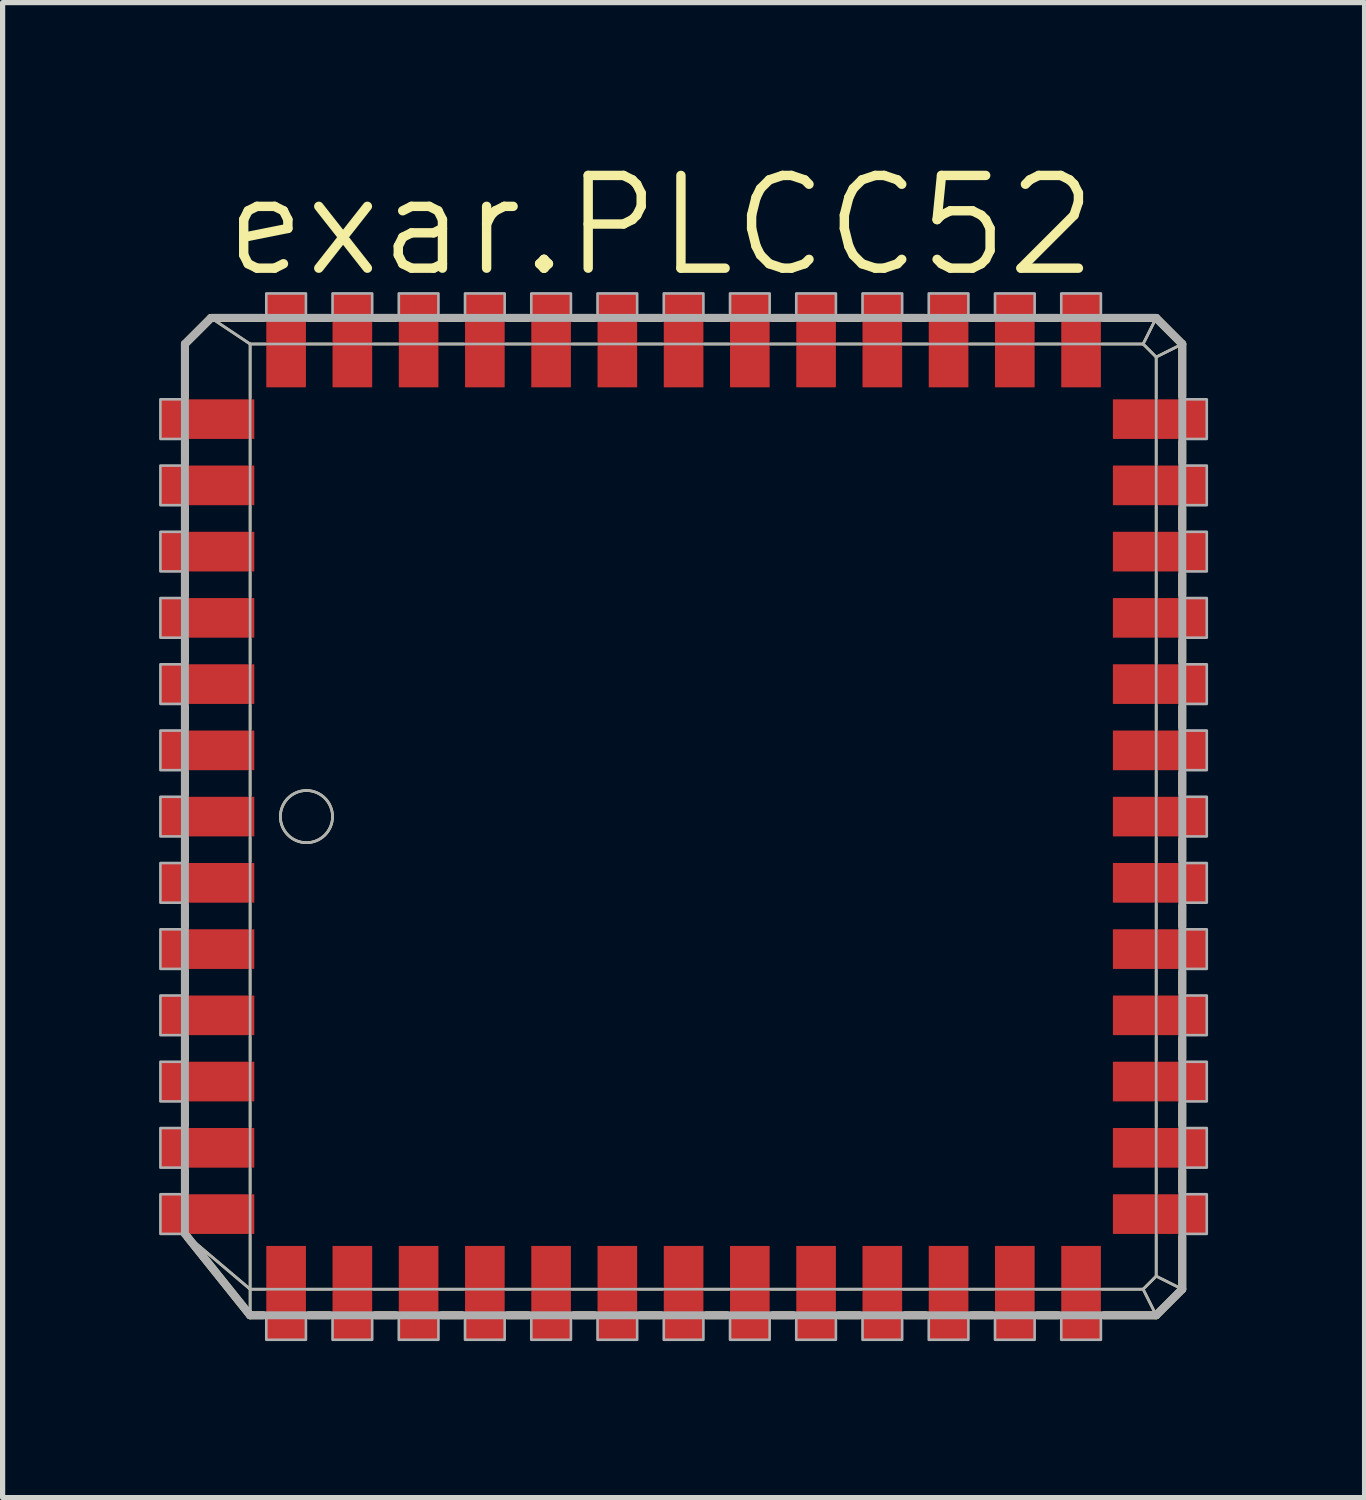
<source format=kicad_pcb>
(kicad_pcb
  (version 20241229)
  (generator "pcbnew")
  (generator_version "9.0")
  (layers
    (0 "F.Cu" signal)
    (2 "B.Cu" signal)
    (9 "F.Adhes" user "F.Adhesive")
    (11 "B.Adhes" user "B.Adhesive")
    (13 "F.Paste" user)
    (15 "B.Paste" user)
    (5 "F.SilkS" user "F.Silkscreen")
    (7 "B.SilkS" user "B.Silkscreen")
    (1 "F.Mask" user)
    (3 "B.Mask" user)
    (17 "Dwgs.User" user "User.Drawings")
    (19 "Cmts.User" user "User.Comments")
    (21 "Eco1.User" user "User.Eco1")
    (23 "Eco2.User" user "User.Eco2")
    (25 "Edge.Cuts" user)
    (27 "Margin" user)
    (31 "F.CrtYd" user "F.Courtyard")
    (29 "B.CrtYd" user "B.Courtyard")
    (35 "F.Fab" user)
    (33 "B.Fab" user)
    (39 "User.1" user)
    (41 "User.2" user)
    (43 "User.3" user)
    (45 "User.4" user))
  (footprint "exar.PLCC52"
    (layer "F.Cu")
    (at 10.055 12.605)
    (property "Reference" "exar.PLCC52" (at -8.89 -10.287 0) (layer "F.SilkS") (effects (font (size 1.778 1.778) (thickness 0.18)) (justify left bottom)))
    (attr smd)
    (fp_line (start -9.56 -9.06) (end -9.06 -9.56) (stroke (width 0.152) (type default)) (layer "F.SilkS"))
    (fp_line (start -9.56 -8.06) (end -9.56 -9.06) (stroke (width 0.152) (type default)) (layer "F.SilkS"))
    (fp_line (start -9.56 -6.79) (end -9.56 -7.18) (stroke (width 0.152) (type default)) (layer "F.SilkS"))
    (fp_line (start -9.56 -5.52) (end -9.56 -5.91) (stroke (width 0.152) (type default)) (layer "F.SilkS"))
    (fp_line (start -9.56 -4.25) (end -9.56 -4.64) (stroke (width 0.152) (type default)) (layer "F.SilkS"))
    (fp_line (start -9.56 -2.98) (end -9.56 -3.37) (stroke (width 0.152) (type default)) (layer "F.SilkS"))
    (fp_line (start -9.56 -1.71) (end -9.56 -2.1) (stroke (width 0.152) (type default)) (layer "F.SilkS"))
    (fp_line (start -9.56 -0.44) (end -9.56 -0.83) (stroke (width 0.152) (type default)) (layer "F.SilkS"))
    (fp_line (start -9.56 0.83) (end -9.56 0.44) (stroke (width 0.152) (type default)) (layer "F.SilkS"))
    (fp_line (start -9.56 2.1) (end -9.56 1.71) (stroke (width 0.152) (type default)) (layer "F.SilkS"))
    (fp_line (start -9.56 3.37) (end -9.56 2.98) (stroke (width 0.152) (type default)) (layer "F.SilkS"))
    (fp_line (start -9.56 4.64) (end -9.56 4.25) (stroke (width 0.152) (type default)) (layer "F.SilkS"))
    (fp_line (start -9.56 5.91) (end -9.56 5.52) (stroke (width 0.152) (type default)) (layer "F.SilkS"))
    (fp_line (start -9.56 7.18) (end -9.56 6.79) (stroke (width 0.152) (type default)) (layer "F.SilkS"))
    (fp_line (start -9.06 -9.56) (end -8.31 -9.06) (stroke (width 0.051) (type default)) (layer "F.SilkS"))
    (fp_line (start -9.06 -9.56) (end -8.06 -9.56) (stroke (width 0.152) (type default)) (layer "F.SilkS"))
    (fp_line (start -8.31 -9.06) (end -8.02 -9.06) (stroke (width 0.051) (type default)) (layer "F.SilkS"))
    (fp_line (start -8.31 -8.02) (end -8.31 -9.06) (stroke (width 0.051) (type default)) (layer "F.SilkS"))
    (fp_line (start -8.31 -6.75) (end -8.31 -7.22) (stroke (width 0.051) (type default)) (layer "F.SilkS"))
    (fp_line (start -8.31 -5.48) (end -8.31 -5.95) (stroke (width 0.051) (type default)) (layer "F.SilkS"))
    (fp_line (start -8.31 -4.21) (end -8.31 -4.68) (stroke (width 0.051) (type default)) (layer "F.SilkS"))
    (fp_line (start -8.31 -2.94) (end -8.31 -3.41) (stroke (width 0.051) (type default)) (layer "F.SilkS"))
    (fp_line (start -8.31 -1.67) (end -8.31 -2.14) (stroke (width 0.051) (type default)) (layer "F.SilkS"))
    (fp_line (start -8.31 -0.4) (end -8.31 -0.87) (stroke (width 0.051) (type default)) (layer "F.SilkS"))
    (fp_line (start -8.31 0.87) (end -8.31 0.4) (stroke (width 0.051) (type default)) (layer "F.SilkS"))
    (fp_line (start -8.31 2.14) (end -8.31 1.67) (stroke (width 0.051) (type default)) (layer "F.SilkS"))
    (fp_line (start -8.31 3.41) (end -8.31 2.94) (stroke (width 0.051) (type default)) (layer "F.SilkS"))
    (fp_line (start -8.31 4.68) (end -8.31 4.21) (stroke (width 0.051) (type default)) (layer "F.SilkS"))
    (fp_line (start -8.31 5.95) (end -8.31 5.48) (stroke (width 0.051) (type default)) (layer "F.SilkS"))
    (fp_line (start -8.31 7.22) (end -8.31 6.75) (stroke (width 0.051) (type default)) (layer "F.SilkS"))
    (fp_line (start -8.31 9.06) (end -9.54 8.02) (stroke (width 0.051) (type default)) (layer "F.SilkS"))
    (fp_line (start -8.31 9.06) (end -8.31 8.02) (stroke (width 0.051) (type default)) (layer "F.SilkS"))
    (fp_line (start -8.31 9.56) (end -9.51 8.06) (stroke (width 0.152) (type default)) (layer "F.SilkS"))
    (fp_line (start -8.31 9.56) (end -8.31 9.06) (stroke (width 0.051) (type default)) (layer "F.SilkS"))
    (fp_line (start -8.06 9.56) (end -8.31 9.56) (stroke (width 0.152) (type default)) (layer "F.SilkS"))
    (fp_line (start -8.02 9.06) (end -8.31 9.06) (stroke (width 0.051) (type default)) (layer "F.SilkS"))
    (fp_line (start -7.22 -9.06) (end -6.75 -9.06) (stroke (width 0.051) (type default)) (layer "F.SilkS"))
    (fp_line (start -7.18 -9.56) (end -6.79 -9.56) (stroke (width 0.152) (type default)) (layer "F.SilkS"))
    (fp_line (start -6.79 9.56) (end -7.18 9.56) (stroke (width 0.152) (type default)) (layer "F.SilkS"))
    (fp_line (start -6.75 9.06) (end -7.22 9.06) (stroke (width 0.051) (type default)) (layer "F.SilkS"))
    (fp_line (start -5.95 -9.06) (end -5.48 -9.06) (stroke (width 0.051) (type default)) (layer "F.SilkS"))
    (fp_line (start -5.91 -9.56) (end -5.52 -9.56) (stroke (width 0.152) (type default)) (layer "F.SilkS"))
    (fp_line (start -5.52 9.56) (end -5.91 9.56) (stroke (width 0.152) (type default)) (layer "F.SilkS"))
    (fp_line (start -5.48 9.06) (end -5.95 9.06) (stroke (width 0.051) (type default)) (layer "F.SilkS"))
    (fp_line (start -4.68 -9.06) (end -4.21 -9.06) (stroke (width 0.051) (type default)) (layer "F.SilkS"))
    (fp_line (start -4.64 -9.56) (end -4.25 -9.56) (stroke (width 0.152) (type default)) (layer "F.SilkS"))
    (fp_line (start -4.25 9.56) (end -4.64 9.56) (stroke (width 0.152) (type default)) (layer "F.SilkS"))
    (fp_line (start -4.21 9.06) (end -4.68 9.06) (stroke (width 0.051) (type default)) (layer "F.SilkS"))
    (fp_line (start -3.41 -9.06) (end -2.94 -9.06) (stroke (width 0.051) (type default)) (layer "F.SilkS"))
    (fp_line (start -3.37 -9.56) (end -2.98 -9.56) (stroke (width 0.152) (type default)) (layer "F.SilkS"))
    (fp_line (start -2.98 9.56) (end -3.37 9.56) (stroke (width 0.152) (type default)) (layer "F.SilkS"))
    (fp_line (start -2.94 9.06) (end -3.41 9.06) (stroke (width 0.051) (type default)) (layer "F.SilkS"))
    (fp_line (start -2.14 -9.06) (end -1.67 -9.06) (stroke (width 0.051) (type default)) (layer "F.SilkS"))
    (fp_line (start -2.1 -9.56) (end -1.71 -9.56) (stroke (width 0.152) (type default)) (layer "F.SilkS"))
    (fp_line (start -1.71 9.56) (end -2.1 9.56) (stroke (width 0.152) (type default)) (layer "F.SilkS"))
    (fp_line (start -1.67 9.06) (end -2.14 9.06) (stroke (width 0.051) (type default)) (layer "F.SilkS"))
    (fp_line (start -0.87 -9.06) (end -0.4 -9.06) (stroke (width 0.051) (type default)) (layer "F.SilkS"))
    (fp_line (start -0.83 -9.56) (end -0.44 -9.56) (stroke (width 0.152) (type default)) (layer "F.SilkS"))
    (fp_line (start -0.44 9.56) (end -0.83 9.56) (stroke (width 0.152) (type default)) (layer "F.SilkS"))
    (fp_line (start -0.4 9.06) (end -0.87 9.06) (stroke (width 0.051) (type default)) (layer "F.SilkS"))
    (fp_line (start 0.4 -9.06) (end 0.87 -9.06) (stroke (width 0.051) (type default)) (layer "F.SilkS"))
    (fp_line (start 0.44 -9.56) (end 0.83 -9.56) (stroke (width 0.152) (type default)) (layer "F.SilkS"))
    (fp_line (start 0.83 9.56) (end 0.44 9.56) (stroke (width 0.152) (type default)) (layer "F.SilkS"))
    (fp_line (start 0.87 9.06) (end 0.4 9.06) (stroke (width 0.051) (type default)) (layer "F.SilkS"))
    (fp_line (start 1.67 -9.06) (end 2.14 -9.06) (stroke (width 0.051) (type default)) (layer "F.SilkS"))
    (fp_line (start 1.71 -9.56) (end 2.1 -9.56) (stroke (width 0.152) (type default)) (layer "F.SilkS"))
    (fp_line (start 2.1 9.56) (end 1.71 9.56) (stroke (width 0.152) (type default)) (layer "F.SilkS"))
    (fp_line (start 2.14 9.06) (end 1.67 9.06) (stroke (width 0.051) (type default)) (layer "F.SilkS"))
    (fp_line (start 2.94 -9.06) (end 3.41 -9.06) (stroke (width 0.051) (type default)) (layer "F.SilkS"))
    (fp_line (start 2.98 -9.56) (end 3.37 -9.56) (stroke (width 0.152) (type default)) (layer "F.SilkS"))
    (fp_line (start 3.37 9.56) (end 2.98 9.56) (stroke (width 0.152) (type default)) (layer "F.SilkS"))
    (fp_line (start 3.41 9.06) (end 2.94 9.06) (stroke (width 0.051) (type default)) (layer "F.SilkS"))
    (fp_line (start 4.21 -9.06) (end 4.68 -9.06) (stroke (width 0.051) (type default)) (layer "F.SilkS"))
    (fp_line (start 4.25 -9.56) (end 4.64 -9.56) (stroke (width 0.152) (type default)) (layer "F.SilkS"))
    (fp_line (start 4.64 9.56) (end 4.25 9.56) (stroke (width 0.152) (type default)) (layer "F.SilkS"))
    (fp_line (start 4.68 9.06) (end 4.21 9.06) (stroke (width 0.051) (type default)) (layer "F.SilkS"))
    (fp_line (start 5.48 -9.06) (end 5.95 -9.06) (stroke (width 0.051) (type default)) (layer "F.SilkS"))
    (fp_line (start 5.52 -9.56) (end 5.91 -9.56) (stroke (width 0.152) (type default)) (layer "F.SilkS"))
    (fp_line (start 5.91 9.56) (end 5.52 9.56) (stroke (width 0.152) (type default)) (layer "F.SilkS"))
    (fp_line (start 5.95 9.06) (end 5.48 9.06) (stroke (width 0.051) (type default)) (layer "F.SilkS"))
    (fp_line (start 6.75 -9.06) (end 7.22 -9.06) (stroke (width 0.051) (type default)) (layer "F.SilkS"))
    (fp_line (start 6.79 -9.56) (end 7.18 -9.56) (stroke (width 0.152) (type default)) (layer "F.SilkS"))
    (fp_line (start 7.18 9.56) (end 6.79 9.56) (stroke (width 0.152) (type default)) (layer "F.SilkS"))
    (fp_line (start 7.22 9.06) (end 6.75 9.06) (stroke (width 0.051) (type default)) (layer "F.SilkS"))
    (fp_line (start 8.02 -9.06) (end 8.81 -9.06) (stroke (width 0.051) (type default)) (layer "F.SilkS"))
    (fp_line (start 8.06 -9.56) (end 9.06 -9.56) (stroke (width 0.152) (type default)) (layer "F.SilkS"))
    (fp_line (start 8.81 -9.06) (end 9.06 -9.56) (stroke (width 0.051) (type default)) (layer "F.SilkS"))
    (fp_line (start 8.81 -9.06) (end 9.06 -8.81) (stroke (width 0.051) (type default)) (layer "F.SilkS"))
    (fp_line (start 8.81 9.06) (end 8.02 9.06) (stroke (width 0.051) (type default)) (layer "F.SilkS"))
    (fp_line (start 9.06 -9.56) (end 9.56 -9.06) (stroke (width 0.152) (type default)) (layer "F.SilkS"))
    (fp_line (start 9.06 -8.81) (end 9.06 -8.02) (stroke (width 0.051) (type default)) (layer "F.SilkS"))
    (fp_line (start 9.06 -8.81) (end 9.56 -9.06) (stroke (width 0.051) (type default)) (layer "F.SilkS"))
    (fp_line (start 9.06 -7.22) (end 9.06 -6.75) (stroke (width 0.051) (type default)) (layer "F.SilkS"))
    (fp_line (start 9.06 -5.95) (end 9.06 -5.48) (stroke (width 0.051) (type default)) (layer "F.SilkS"))
    (fp_line (start 9.06 -4.68) (end 9.06 -4.21) (stroke (width 0.051) (type default)) (layer "F.SilkS"))
    (fp_line (start 9.06 -3.41) (end 9.06 -2.94) (stroke (width 0.051) (type default)) (layer "F.SilkS"))
    (fp_line (start 9.06 -2.14) (end 9.06 -1.67) (stroke (width 0.051) (type default)) (layer "F.SilkS"))
    (fp_line (start 9.06 -0.87) (end 9.06 -0.4) (stroke (width 0.051) (type default)) (layer "F.SilkS"))
    (fp_line (start 9.06 0.4) (end 9.06 0.87) (stroke (width 0.051) (type default)) (layer "F.SilkS"))
    (fp_line (start 9.06 1.67) (end 9.06 2.14) (stroke (width 0.051) (type default)) (layer "F.SilkS"))
    (fp_line (start 9.06 2.94) (end 9.06 3.41) (stroke (width 0.051) (type default)) (layer "F.SilkS"))
    (fp_line (start 9.06 4.21) (end 9.06 4.68) (stroke (width 0.051) (type default)) (layer "F.SilkS"))
    (fp_line (start 9.06 5.48) (end 9.06 5.95) (stroke (width 0.051) (type default)) (layer "F.SilkS"))
    (fp_line (start 9.06 6.75) (end 9.06 7.22) (stroke (width 0.051) (type default)) (layer "F.SilkS"))
    (fp_line (start 9.06 8.02) (end 9.06 8.81) (stroke (width 0.051) (type default)) (layer "F.SilkS"))
    (fp_line (start 9.06 8.81) (end 8.81 9.06) (stroke (width 0.051) (type default)) (layer "F.SilkS"))
    (fp_line (start 9.06 9.56) (end 8.06 9.56) (stroke (width 0.152) (type default)) (layer "F.SilkS"))
    (fp_line (start 9.06 9.56) (end 8.81 9.06) (stroke (width 0.051) (type default)) (layer "F.SilkS"))
    (fp_line (start 9.56 -9.06) (end 9.56 -8.06) (stroke (width 0.152) (type default)) (layer "F.SilkS"))
    (fp_line (start 9.56 -7.18) (end 9.56 -6.79) (stroke (width 0.152) (type default)) (layer "F.SilkS"))
    (fp_line (start 9.56 -5.91) (end 9.56 -5.52) (stroke (width 0.152) (type default)) (layer "F.SilkS"))
    (fp_line (start 9.56 -4.64) (end 9.56 -4.25) (stroke (width 0.152) (type default)) (layer "F.SilkS"))
    (fp_line (start 9.56 -3.37) (end 9.56 -2.98) (stroke (width 0.152) (type default)) (layer "F.SilkS"))
    (fp_line (start 9.56 -2.1) (end 9.56 -1.71) (stroke (width 0.152) (type default)) (layer "F.SilkS"))
    (fp_line (start 9.56 -0.83) (end 9.56 -0.44) (stroke (width 0.152) (type default)) (layer "F.SilkS"))
    (fp_line (start 9.56 0.44) (end 9.56 0.83) (stroke (width 0.152) (type default)) (layer "F.SilkS"))
    (fp_line (start 9.56 1.71) (end 9.56 2.1) (stroke (width 0.152) (type default)) (layer "F.SilkS"))
    (fp_line (start 9.56 2.98) (end 9.56 3.37) (stroke (width 0.152) (type default)) (layer "F.SilkS"))
    (fp_line (start 9.56 4.25) (end 9.56 4.64) (stroke (width 0.152) (type default)) (layer "F.SilkS"))
    (fp_line (start 9.56 5.52) (end 9.56 5.91) (stroke (width 0.152) (type default)) (layer "F.SilkS"))
    (fp_line (start 9.56 6.79) (end 9.56 7.18) (stroke (width 0.152) (type default)) (layer "F.SilkS"))
    (fp_line (start 9.56 8.06) (end 9.56 9.06) (stroke (width 0.152) (type default)) (layer "F.SilkS"))
    (fp_line (start 9.56 9.06) (end 9.06 8.81) (stroke (width 0.051) (type default)) (layer "F.SilkS"))
    (fp_line (start 9.56 9.06) (end 9.06 9.56) (stroke (width 0.152) (type default)) (layer "F.SilkS"))
    (fp_circle (center -7.23 0) (end -6.73 0) (stroke (width 0.051) (type default)) (fill no) (layer "F.SilkS"))
    (fp_line (start -9.56 -9.06) (end -9.06 -9.56) (stroke (width 0.152) (type default)) (layer "F.Fab"))
    (fp_line (start -9.56 8) (end -9.56 -9.06) (stroke (width 0.152) (type default)) (layer "F.Fab"))
    (fp_line (start -9.06 -9.56) (end -8.31 -9.06) (stroke (width 0.051) (type default)) (layer "F.Fab"))
    (fp_line (start -9.06 -9.56) (end 9.06 -9.56) (stroke (width 0.152) (type default)) (layer "F.Fab"))
    (fp_line (start -8.31 -9.06) (end 8.81 -9.06) (stroke (width 0.051) (type default)) (layer "F.Fab"))
    (fp_line (start -8.31 9.06) (end -9.56 8) (stroke (width 0.051) (type default)) (layer "F.Fab"))
    (fp_line (start -8.31 9.06) (end -8.31 -9.06) (stroke (width 0.051) (type default)) (layer "F.Fab"))
    (fp_line (start -8.31 9.56) (end -9.56 8) (stroke (width 0.152) (type default)) (layer "F.Fab"))
    (fp_line (start -8.31 9.56) (end -8.31 9.06) (stroke (width 0.051) (type default)) (layer "F.Fab"))
    (fp_line (start 8.81 -9.06) (end 9.06 -9.56) (stroke (width 0.051) (type default)) (layer "F.Fab"))
    (fp_line (start 8.81 -9.06) (end 9.06 -8.81) (stroke (width 0.051) (type default)) (layer "F.Fab"))
    (fp_line (start 8.81 9.06) (end -8.31 9.06) (stroke (width 0.051) (type default)) (layer "F.Fab"))
    (fp_line (start 9.06 -9.56) (end 9.56 -9.06) (stroke (width 0.152) (type default)) (layer "F.Fab"))
    (fp_line (start 9.06 -8.81) (end 9.06 8.81) (stroke (width 0.051) (type default)) (layer "F.Fab"))
    (fp_line (start 9.06 -8.81) (end 9.56 -9.06) (stroke (width 0.051) (type default)) (layer "F.Fab"))
    (fp_line (start 9.06 8.81) (end 8.81 9.06) (stroke (width 0.051) (type default)) (layer "F.Fab"))
    (fp_line (start 9.06 9.56) (end -8.31 9.56) (stroke (width 0.152) (type default)) (layer "F.Fab"))
    (fp_line (start 9.06 9.56) (end 8.81 9.06) (stroke (width 0.051) (type default)) (layer "F.Fab"))
    (fp_line (start 9.56 -9.06) (end 9.56 9.06) (stroke (width 0.152) (type default)) (layer "F.Fab"))
    (fp_line (start 9.56 9.06) (end 9.06 8.81) (stroke (width 0.051) (type default)) (layer "F.Fab"))
    (fp_line (start 9.56 9.06) (end 9.06 9.56) (stroke (width 0.152) (type default)) (layer "F.Fab"))
    (fp_rect (start -10.03 -7.24) (end -9.56 -8) (stroke (width 0.05) (type default)) (fill no) (layer "F.Fab"))
    (fp_rect (start -10.03 -5.97) (end -9.56 -6.73) (stroke (width 0.05) (type default)) (fill no) (layer "F.Fab"))
    (fp_rect (start -10.03 -4.7) (end -9.56 -5.46) (stroke (width 0.05) (type default)) (fill no) (layer "F.Fab"))
    (fp_rect (start -10.03 -3.43) (end -9.56 -4.19) (stroke (width 0.05) (type default)) (fill no) (layer "F.Fab"))
    (fp_rect (start -10.03 -2.16) (end -9.56 -2.92) (stroke (width 0.05) (type default)) (fill no) (layer "F.Fab"))
    (fp_rect (start -10.03 -0.89) (end -9.56 -1.65) (stroke (width 0.05) (type default)) (fill no) (layer "F.Fab"))
    (fp_rect (start -10.03 0.38) (end -9.56 -0.38) (stroke (width 0.05) (type default)) (fill no) (layer "F.Fab"))
    (fp_rect (start -10.03 1.65) (end -9.56 0.89) (stroke (width 0.05) (type default)) (fill no) (layer "F.Fab"))
    (fp_rect (start -10.03 2.92) (end -9.56 2.16) (stroke (width 0.05) (type default)) (fill no) (layer "F.Fab"))
    (fp_rect (start -10.03 4.19) (end -9.56 3.43) (stroke (width 0.05) (type default)) (fill no) (layer "F.Fab"))
    (fp_rect (start -10.03 5.46) (end -9.56 4.7) (stroke (width 0.05) (type default)) (fill no) (layer "F.Fab"))
    (fp_rect (start -10.03 6.73) (end -9.56 5.97) (stroke (width 0.05) (type default)) (fill no) (layer "F.Fab"))
    (fp_rect (start -10.03 8) (end -9.56 7.24) (stroke (width 0.05) (type default)) (fill no) (layer "F.Fab"))
    (fp_rect (start -8 -9.56) (end -7.24 -10.03) (stroke (width 0.05) (type default)) (fill no) (layer "F.Fab"))
    (fp_rect (start -8 10.03) (end -7.24 9.56) (stroke (width 0.05) (type default)) (fill no) (layer "F.Fab"))
    (fp_rect (start -6.73 -9.56) (end -5.97 -10.03) (stroke (width 0.05) (type default)) (fill no) (layer "F.Fab"))
    (fp_rect (start -6.73 10.03) (end -5.97 9.56) (stroke (width 0.05) (type default)) (fill no) (layer "F.Fab"))
    (fp_rect (start -5.46 -9.56) (end -4.7 -10.03) (stroke (width 0.05) (type default)) (fill no) (layer "F.Fab"))
    (fp_rect (start -5.46 10.03) (end -4.7 9.56) (stroke (width 0.05) (type default)) (fill no) (layer "F.Fab"))
    (fp_rect (start -4.19 -9.56) (end -3.43 -10.03) (stroke (width 0.05) (type default)) (fill no) (layer "F.Fab"))
    (fp_rect (start -4.19 10.03) (end -3.43 9.56) (stroke (width 0.05) (type default)) (fill no) (layer "F.Fab"))
    (fp_rect (start -2.92 -9.56) (end -2.16 -10.03) (stroke (width 0.05) (type default)) (fill no) (layer "F.Fab"))
    (fp_rect (start -2.92 10.03) (end -2.16 9.56) (stroke (width 0.05) (type default)) (fill no) (layer "F.Fab"))
    (fp_rect (start -1.65 -9.56) (end -0.89 -10.03) (stroke (width 0.05) (type default)) (fill no) (layer "F.Fab"))
    (fp_rect (start -1.65 10.03) (end -0.89 9.56) (stroke (width 0.05) (type default)) (fill no) (layer "F.Fab"))
    (fp_rect (start -0.38 -9.56) (end 0.38 -10.03) (stroke (width 0.05) (type default)) (fill no) (layer "F.Fab"))
    (fp_rect (start -0.38 10.03) (end 0.38 9.56) (stroke (width 0.05) (type default)) (fill no) (layer "F.Fab"))
    (fp_rect (start 0.89 -9.56) (end 1.65 -10.03) (stroke (width 0.05) (type default)) (fill no) (layer "F.Fab"))
    (fp_rect (start 0.89 10.03) (end 1.65 9.56) (stroke (width 0.05) (type default)) (fill no) (layer "F.Fab"))
    (fp_rect (start 2.16 -9.56) (end 2.92 -10.03) (stroke (width 0.05) (type default)) (fill no) (layer "F.Fab"))
    (fp_rect (start 2.16 10.03) (end 2.92 9.56) (stroke (width 0.05) (type default)) (fill no) (layer "F.Fab"))
    (fp_rect (start 3.43 -9.56) (end 4.19 -10.03) (stroke (width 0.05) (type default)) (fill no) (layer "F.Fab"))
    (fp_rect (start 3.43 10.03) (end 4.19 9.56) (stroke (width 0.05) (type default)) (fill no) (layer "F.Fab"))
    (fp_rect (start 4.7 -9.56) (end 5.46 -10.03) (stroke (width 0.05) (type default)) (fill no) (layer "F.Fab"))
    (fp_rect (start 4.7 10.03) (end 5.46 9.56) (stroke (width 0.05) (type default)) (fill no) (layer "F.Fab"))
    (fp_rect (start 5.97 -9.56) (end 6.73 -10.03) (stroke (width 0.05) (type default)) (fill no) (layer "F.Fab"))
    (fp_rect (start 5.97 10.03) (end 6.73 9.56) (stroke (width 0.05) (type default)) (fill no) (layer "F.Fab"))
    (fp_rect (start 7.24 -9.56) (end 8 -10.03) (stroke (width 0.05) (type default)) (fill no) (layer "F.Fab"))
    (fp_rect (start 7.24 10.03) (end 8 9.56) (stroke (width 0.05) (type default)) (fill no) (layer "F.Fab"))
    (fp_rect (start 9.56 -7.24) (end 10.03 -8) (stroke (width 0.05) (type default)) (fill no) (layer "F.Fab"))
    (fp_rect (start 9.56 -5.97) (end 10.03 -6.73) (stroke (width 0.05) (type default)) (fill no) (layer "F.Fab"))
    (fp_rect (start 9.56 -4.7) (end 10.03 -5.46) (stroke (width 0.05) (type default)) (fill no) (layer "F.Fab"))
    (fp_rect (start 9.56 -3.43) (end 10.03 -4.19) (stroke (width 0.05) (type default)) (fill no) (layer "F.Fab"))
    (fp_rect (start 9.56 -2.16) (end 10.03 -2.92) (stroke (width 0.05) (type default)) (fill no) (layer "F.Fab"))
    (fp_rect (start 9.56 -0.89) (end 10.03 -1.65) (stroke (width 0.05) (type default)) (fill no) (layer "F.Fab"))
    (fp_rect (start 9.56 0.38) (end 10.03 -0.38) (stroke (width 0.05) (type default)) (fill no) (layer "F.Fab"))
    (fp_rect (start 9.56 1.65) (end 10.03 0.89) (stroke (width 0.05) (type default)) (fill no) (layer "F.Fab"))
    (fp_rect (start 9.56 2.92) (end 10.03 2.16) (stroke (width 0.05) (type default)) (fill no) (layer "F.Fab"))
    (fp_rect (start 9.56 4.19) (end 10.03 3.43) (stroke (width 0.05) (type default)) (fill no) (layer "F.Fab"))
    (fp_rect (start 9.56 5.46) (end 10.03 4.7) (stroke (width 0.05) (type default)) (fill no) (layer "F.Fab"))
    (fp_rect (start 9.56 6.73) (end 10.03 5.97) (stroke (width 0.05) (type default)) (fill no) (layer "F.Fab"))
    (fp_rect (start 9.56 8) (end 10.03 7.24) (stroke (width 0.05) (type default)) (fill no) (layer "F.Fab"))
    (fp_circle (center -7.23 0) (end -6.73 0) (stroke (width 0.051) (type default)) (fill no) (layer "F.Fab"))
    (pad "1" smd roundrect (at -9.13 0) (size 1.8 0.76) (layers "F.Cu" "F.Mask" "F.Paste") (roundrect_rratio 0.01))
    (pad "2" smd roundrect (at -9.13 1.27) (size 1.8 0.76) (layers "F.Cu" "F.Mask" "F.Paste") (roundrect_rratio 0.01))
    (pad "3" smd roundrect (at -9.13 2.54) (size 1.8 0.76) (layers "F.Cu" "F.Mask" "F.Paste") (roundrect_rratio 0.01))
    (pad "4" smd roundrect (at -9.13 3.81) (size 1.8 0.76) (layers "F.Cu" "F.Mask" "F.Paste") (roundrect_rratio 0.01))
    (pad "5" smd roundrect (at -9.13 5.08) (size 1.8 0.76) (layers "F.Cu" "F.Mask" "F.Paste") (roundrect_rratio 0.01))
    (pad "6" smd roundrect (at -9.13 6.35) (size 1.8 0.76) (layers "F.Cu" "F.Mask" "F.Paste") (roundrect_rratio 0.01))
    (pad "7" smd roundrect (at -9.13 7.62) (size 1.8 0.76) (layers "F.Cu" "F.Mask" "F.Paste") (roundrect_rratio 0.01))
    (pad "8" smd roundrect (at -7.62 9.13) (size 0.76 1.8) (layers "F.Cu" "F.Mask" "F.Paste") (roundrect_rratio 0.01))
    (pad "9" smd roundrect (at -6.35 9.13) (size 0.76 1.8) (layers "F.Cu" "F.Mask" "F.Paste") (roundrect_rratio 0.01))
    (pad "10" smd roundrect (at -5.08 9.13) (size 0.76 1.8) (layers "F.Cu" "F.Mask" "F.Paste") (roundrect_rratio 0.01))
    (pad "11" smd roundrect (at -3.81 9.13) (size 0.76 1.8) (layers "F.Cu" "F.Mask" "F.Paste") (roundrect_rratio 0.01))
    (pad "12" smd roundrect (at -2.54 9.13) (size 0.76 1.8) (layers "F.Cu" "F.Mask" "F.Paste") (roundrect_rratio 0.01))
    (pad "13" smd roundrect (at -1.27 9.13) (size 0.76 1.8) (layers "F.Cu" "F.Mask" "F.Paste") (roundrect_rratio 0.01))
    (pad "14" smd roundrect (at 0 9.13) (size 0.76 1.8) (layers "F.Cu" "F.Mask" "F.Paste") (roundrect_rratio 0.01))
    (pad "15" smd roundrect (at 1.27 9.13) (size 0.76 1.8) (layers "F.Cu" "F.Mask" "F.Paste") (roundrect_rratio 0.01))
    (pad "16" smd roundrect (at 2.54 9.13) (size 0.76 1.8) (layers "F.Cu" "F.Mask" "F.Paste") (roundrect_rratio 0.01))
    (pad "17" smd roundrect (at 3.81 9.13) (size 0.76 1.8) (layers "F.Cu" "F.Mask" "F.Paste") (roundrect_rratio 0.01))
    (pad "18" smd roundrect (at 5.08 9.13) (size 0.76 1.8) (layers "F.Cu" "F.Mask" "F.Paste") (roundrect_rratio 0.01))
    (pad "19" smd roundrect (at 6.35 9.13) (size 0.76 1.8) (layers "F.Cu" "F.Mask" "F.Paste") (roundrect_rratio 0.01))
    (pad "20" smd roundrect (at 7.62 9.13) (size 0.76 1.8) (layers "F.Cu" "F.Mask" "F.Paste") (roundrect_rratio 0.01))
    (pad "21" smd roundrect (at 9.13 7.62) (size 1.8 0.76) (layers "F.Cu" "F.Mask" "F.Paste") (roundrect_rratio 0.01))
    (pad "22" smd roundrect (at 9.13 6.35) (size 1.8 0.76) (layers "F.Cu" "F.Mask" "F.Paste") (roundrect_rratio 0.01))
    (pad "23" smd roundrect (at 9.13 5.08) (size 1.8 0.76) (layers "F.Cu" "F.Mask" "F.Paste") (roundrect_rratio 0.01))
    (pad "24" smd roundrect (at 9.13 3.81) (size 1.8 0.76) (layers "F.Cu" "F.Mask" "F.Paste") (roundrect_rratio 0.01))
    (pad "25" smd roundrect (at 9.13 2.54) (size 1.8 0.76) (layers "F.Cu" "F.Mask" "F.Paste") (roundrect_rratio 0.01))
    (pad "26" smd roundrect (at 9.13 1.27) (size 1.8 0.76) (layers "F.Cu" "F.Mask" "F.Paste") (roundrect_rratio 0.01))
    (pad "27" smd roundrect (at 9.13 0) (size 1.8 0.76) (layers "F.Cu" "F.Mask" "F.Paste") (roundrect_rratio 0.01))
    (pad "28" smd roundrect (at 9.13 -1.27) (size 1.8 0.76) (layers "F.Cu" "F.Mask" "F.Paste") (roundrect_rratio 0.01))
    (pad "29" smd roundrect (at 9.13 -2.54) (size 1.8 0.76) (layers "F.Cu" "F.Mask" "F.Paste") (roundrect_rratio 0.01))
    (pad "30" smd roundrect (at 9.13 -3.81) (size 1.8 0.76) (layers "F.Cu" "F.Mask" "F.Paste") (roundrect_rratio 0.01))
    (pad "31" smd roundrect (at 9.13 -5.08) (size 1.8 0.76) (layers "F.Cu" "F.Mask" "F.Paste") (roundrect_rratio 0.01))
    (pad "32" smd roundrect (at 9.13 -6.35) (size 1.8 0.76) (layers "F.Cu" "F.Mask" "F.Paste") (roundrect_rratio 0.01))
    (pad "33" smd roundrect (at 9.13 -7.62) (size 1.8 0.76) (layers "F.Cu" "F.Mask" "F.Paste") (roundrect_rratio 0.01))
    (pad "34" smd roundrect (at 7.62 -9.13) (size 0.76 1.8) (layers "F.Cu" "F.Mask" "F.Paste") (roundrect_rratio 0.01))
    (pad "35" smd roundrect (at 6.35 -9.13) (size 0.76 1.8) (layers "F.Cu" "F.Mask" "F.Paste") (roundrect_rratio 0.01))
    (pad "36" smd roundrect (at 5.08 -9.13) (size 0.76 1.8) (layers "F.Cu" "F.Mask" "F.Paste") (roundrect_rratio 0.01))
    (pad "37" smd roundrect (at 3.81 -9.13) (size 0.76 1.8) (layers "F.Cu" "F.Mask" "F.Paste") (roundrect_rratio 0.01))
    (pad "38" smd roundrect (at 2.54 -9.13) (size 0.76 1.8) (layers "F.Cu" "F.Mask" "F.Paste") (roundrect_rratio 0.01))
    (pad "39" smd roundrect (at 1.27 -9.13) (size 0.76 1.8) (layers "F.Cu" "F.Mask" "F.Paste") (roundrect_rratio 0.01))
    (pad "40" smd roundrect (at 0 -9.13) (size 0.76 1.8) (layers "F.Cu" "F.Mask" "F.Paste") (roundrect_rratio 0.01))
    (pad "41" smd roundrect (at -1.27 -9.13) (size 0.76 1.8) (layers "F.Cu" "F.Mask" "F.Paste") (roundrect_rratio 0.01))
    (pad "42" smd roundrect (at -2.54 -9.13) (size 0.76 1.8) (layers "F.Cu" "F.Mask" "F.Paste") (roundrect_rratio 0.01))
    (pad "43" smd roundrect (at -3.81 -9.13) (size 0.76 1.8) (layers "F.Cu" "F.Mask" "F.Paste") (roundrect_rratio 0.01))
    (pad "44" smd roundrect (at -5.08 -9.13) (size 0.76 1.8) (layers "F.Cu" "F.Mask" "F.Paste") (roundrect_rratio 0.01))
    (pad "45" smd roundrect (at -6.35 -9.13) (size 0.76 1.8) (layers "F.Cu" "F.Mask" "F.Paste") (roundrect_rratio 0.01))
    (pad "46" smd roundrect (at -7.62 -9.13) (size 0.76 1.8) (layers "F.Cu" "F.Mask" "F.Paste") (roundrect_rratio 0.01))
    (pad "47" smd roundrect (at -9.13 -7.62) (size 1.8 0.76) (layers "F.Cu" "F.Mask" "F.Paste") (roundrect_rratio 0.01))
    (pad "48" smd roundrect (at -9.13 -6.35) (size 1.8 0.76) (layers "F.Cu" "F.Mask" "F.Paste") (roundrect_rratio 0.01))
    (pad "49" smd roundrect (at -9.13 -5.08) (size 1.8 0.76) (layers "F.Cu" "F.Mask" "F.Paste") (roundrect_rratio 0.01))
    (pad "50" smd roundrect (at -9.13 -3.81) (size 1.8 0.76) (layers "F.Cu" "F.Mask" "F.Paste") (roundrect_rratio 0.01))
    (pad "51" smd roundrect (at -9.13 -2.54) (size 1.8 0.76) (layers "F.Cu" "F.Mask" "F.Paste") (roundrect_rratio 0.01))
    (pad "52" smd roundrect (at -9.13 -1.27) (size 1.8 0.76) (layers "F.Cu" "F.Mask" "F.Paste") (roundrect_rratio 0.01)))
  (gr_rect
    (start -3 -3)
    (end 23.11 25.66)
    (stroke (width 0.1) (type default))
    (fill no)
    (layer "Edge.Cuts")))
</source>
